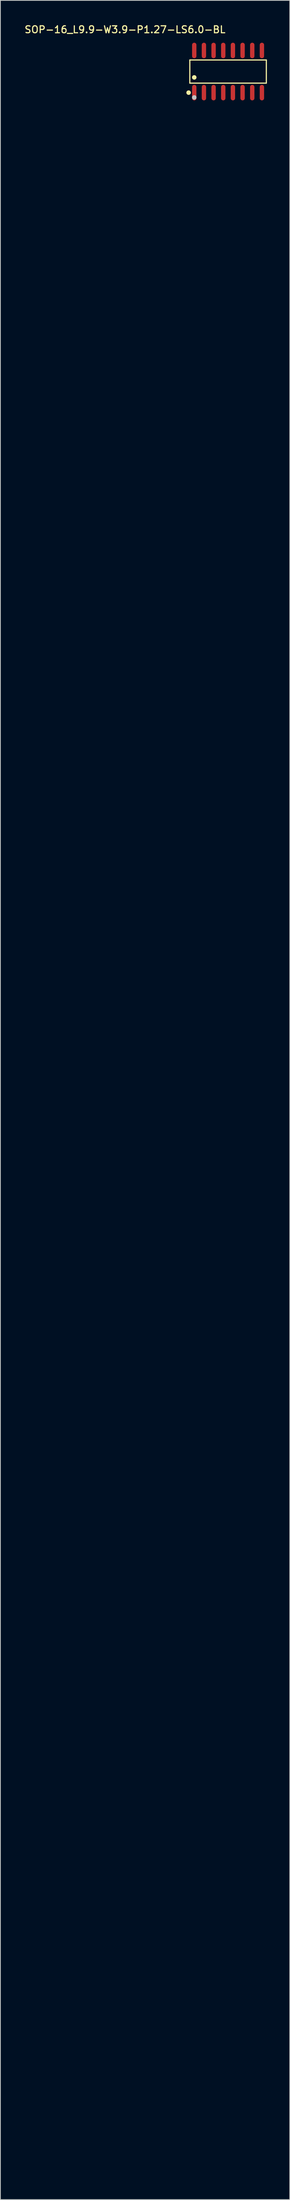
<source format=kicad_pcb>
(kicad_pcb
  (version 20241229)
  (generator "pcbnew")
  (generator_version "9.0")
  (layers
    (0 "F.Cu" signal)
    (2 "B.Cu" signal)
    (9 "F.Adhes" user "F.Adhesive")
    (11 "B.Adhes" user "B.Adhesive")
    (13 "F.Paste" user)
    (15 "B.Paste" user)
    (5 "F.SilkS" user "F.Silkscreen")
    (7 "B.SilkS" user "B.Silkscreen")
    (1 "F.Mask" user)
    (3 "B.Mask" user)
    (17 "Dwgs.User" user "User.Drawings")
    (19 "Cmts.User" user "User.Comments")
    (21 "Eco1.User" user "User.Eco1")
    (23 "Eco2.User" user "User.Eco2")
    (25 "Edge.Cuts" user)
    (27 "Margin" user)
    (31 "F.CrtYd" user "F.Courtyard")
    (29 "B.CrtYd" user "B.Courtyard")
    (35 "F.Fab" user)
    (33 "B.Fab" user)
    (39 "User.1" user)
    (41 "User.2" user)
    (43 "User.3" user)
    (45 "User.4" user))
  (footprint "SOP-16_L9.9-W3.9-P1.27-LS6.0-BL"
    (layer "F.Cu")
    (at 26.915 6.35)
    (property "Reference" "SOP-16_L9.9-W3.9-P1.27-LS6.0-BL" (at -0.254 -4.978 0) (layer "F.SilkS") (effects (font (size 0.914 0.914) (thickness 0.152)) (justify right bottom)))
    (fp_line (start -5.026 -1.521) (end 5.026 -1.521) (stroke (width 0.152) (type default)) (layer "F.SilkS"))
    (fp_line (start -5.026 1.521) (end -5.026 -1.521) (stroke (width 0.152) (type default)) (layer "F.SilkS"))
    (fp_line (start 5.026 -1.521) (end 5.026 1.521) (stroke (width 0.152) (type default)) (layer "F.SilkS"))
    (fp_line (start 5.026 1.521) (end -5.026 1.521) (stroke (width 0.152) (type default)) (layer "F.SilkS"))
    (fp_circle (center -5.184 2.769) (end -5.034 2.769) (stroke (width 0.3) (type default)) (fill no) (layer "F.SilkS"))
    (fp_circle (center -4.445 0.769) (end -4.295 0.769) (stroke (width 0.3) (type default)) (fill no) (layer "F.SilkS"))
    (fp_circle (center -4.445 3.4) (end -4.295 3.4) (stroke (width 0.3) (type default)) (fill no) (layer "Dwgs.User"))
    (fp_circle (center -4.95 3) (end -4.92 3) (stroke (width 0.06) (type default)) (fill no) (layer "User.5"))
    (pad "1" smd oval (at -4.445 2.769 180) (size 0.574 2.038) (layers "F.Cu" "F.Mask" "F.Paste"))
    (pad "2" smd oval (at -3.175 2.769 180) (size 0.574 2.038) (layers "F.Cu" "F.Mask" "F.Paste"))
    (pad "3" smd oval (at -1.905 2.769 180) (size 0.574 2.038) (layers "F.Cu" "F.Mask" "F.Paste"))
    (pad "4" smd oval (at -0.635 2.769 180) (size 0.574 2.038) (layers "F.Cu" "F.Mask" "F.Paste"))
    (pad "5" smd oval (at 0.635 2.769 180) (size 0.574 2.038) (layers "F.Cu" "F.Mask" "F.Paste"))
    (pad "6" smd oval (at 1.905 2.769 180) (size 0.574 2.038) (layers "F.Cu" "F.Mask" "F.Paste"))
    (pad "7" smd oval (at 3.175 2.769 180) (size 0.574 2.038) (layers "F.Cu" "F.Mask" "F.Paste"))
    (pad "8" smd oval (at 4.445 2.769 180) (size 0.574 2.038) (layers "F.Cu" "F.Mask" "F.Paste"))
    (pad "9" smd oval (at 4.445 -2.769 180) (size 0.574 2.038) (layers "F.Cu" "F.Mask" "F.Paste"))
    (pad "10" smd oval (at 3.175 -2.769 180) (size 0.574 2.038) (layers "F.Cu" "F.Mask" "F.Paste"))
    (pad "11" smd oval (at 1.905 -2.769 180) (size 0.574 2.038) (layers "F.Cu" "F.Mask" "F.Paste"))
    (pad "12" smd oval (at 0.635 -2.769 180) (size 0.574 2.038) (layers "F.Cu" "F.Mask" "F.Paste"))
    (pad "13" smd oval (at -0.635 -2.769 180) (size 0.574 2.038) (layers "F.Cu" "F.Mask" "F.Paste"))
    (pad "14" smd oval (at -1.905 -2.769 180) (size 0.574 2.038) (layers "F.Cu" "F.Mask" "F.Paste"))
    (pad "15" smd oval (at -3.175 -2.769 180) (size 0.574 2.038) (layers "F.Cu" "F.Mask" "F.Paste"))
    (pad "16" smd oval (at -4.445 -2.769 180) (size 0.574 2.038) (layers "F.Cu" "F.Mask" "F.Paste"))
    (zone (net_name "") (layer "User.3") (hatch edge 0.5) (priority 100) (connect_pads yes) (min_thickness 0) (filled_areas_thickness no) (fill yes) (polygon (pts (xy 31.865 277.95) (xy 31.865 281.85) (xy 21.965 281.85) (xy 21.965 277.95))) (filled_polygon (layer "User.3") (island) (pts (xy 31.865 277.95) (xy 31.865 281.85) (xy 21.965 281.85) (xy 21.965 277.95))))
    (zone (net_name "") (layer "User.4") (hatch edge 0.5) (priority 100) (connect_pads yes) (min_thickness 0) (filled_areas_thickness no) (fill yes) (polygon (pts (xy 22.685 276.9) (xy 22.685 277.55) (xy 22.255 277.55) (xy 22.255 276.9))) (filled_polygon (layer "User.4") (island) (pts (xy 22.685 276.9) (xy 22.685 277.55) (xy 22.255 277.55) (xy 22.255 276.9))))
    (zone (net_name "") (layer "User.4") (hatch edge 0.5) (priority 100) (connect_pads) (min_thickness 0) (filled_areas_thickness no) (keepout (tracks allowed) (vias allowed) (pads allowed) (copperpour not_allowed) (footprints allowed)) (placement (enabled no)) (fill) (polygon (pts (xy 22.685 277.54) (xy 22.685 277.96) (xy 22.255 277.96) (xy 22.255 277.54))))
    (zone (net_name "") (layer "User.4") (hatch edge 0.5) (priority 100) (connect_pads) (min_thickness 0) (filled_areas_thickness no) (keepout (tracks allowed) (vias allowed) (pads allowed) (copperpour not_allowed) (footprints allowed)) (placement (enabled no)) (fill) (polygon (pts (xy 22.685 281.84) (xy 22.685 282.26) (xy 22.255 282.26) (xy 22.255 281.84))))
    (zone (net_name "") (layer "User.4") (hatch edge 0.5) (priority 100) (connect_pads yes) (min_thickness 0) (filled_areas_thickness no) (fill yes) (polygon (pts (xy 22.685 282.25) (xy 22.685 282.9) (xy 22.255 282.9) (xy 22.255 282.25))) (filled_polygon (layer "User.4") (island) (pts (xy 22.685 282.25) (xy 22.685 282.9) (xy 22.255 282.9) (xy 22.255 282.25))))
    (zone (net_name "") (layer "User.4") (hatch edge 0.5) (priority 100) (connect_pads yes) (min_thickness 0) (filled_areas_thickness no) (fill yes) (polygon (pts (xy 23.955 276.9) (xy 23.955 277.55) (xy 23.525 277.55) (xy 23.525 276.9))) (filled_polygon (layer "User.4") (island) (pts (xy 23.955 276.9) (xy 23.955 277.55) (xy 23.525 277.55) (xy 23.525 276.9))))
    (zone (net_name "") (layer "User.4") (hatch edge 0.5) (priority 100) (connect_pads) (min_thickness 0) (filled_areas_thickness no) (keepout (tracks allowed) (vias allowed) (pads allowed) (copperpour not_allowed) (footprints allowed)) (placement (enabled no)) (fill) (polygon (pts (xy 23.955 277.54) (xy 23.955 277.96) (xy 23.525 277.96) (xy 23.525 277.54))))
    (zone (net_name "") (layer "User.4") (hatch edge 0.5) (priority 100) (connect_pads) (min_thickness 0) (filled_areas_thickness no) (keepout (tracks allowed) (vias allowed) (pads allowed) (copperpour not_allowed) (footprints allowed)) (placement (enabled no)) (fill) (polygon (pts (xy 23.955 281.84) (xy 23.955 282.26) (xy 23.525 282.26) (xy 23.525 281.84))))
    (zone (net_name "") (layer "User.4") (hatch edge 0.5) (priority 100) (connect_pads yes) (min_thickness 0) (filled_areas_thickness no) (fill yes) (polygon (pts (xy 23.955 282.25) (xy 23.955 282.9) (xy 23.525 282.9) (xy 23.525 282.25))) (filled_polygon (layer "User.4") (island) (pts (xy 23.955 282.25) (xy 23.955 282.9) (xy 23.525 282.9) (xy 23.525 282.25))))
    (zone (net_name "") (layer "User.4") (hatch edge 0.5) (priority 100) (connect_pads yes) (min_thickness 0) (filled_areas_thickness no) (fill yes) (polygon (pts (xy 25.225 276.9) (xy 25.225 277.55) (xy 24.795 277.55) (xy 24.795 276.9))) (filled_polygon (layer "User.4") (island) (pts (xy 25.225 276.9) (xy 25.225 277.55) (xy 24.795 277.55) (xy 24.795 276.9))))
    (zone (net_name "") (layer "User.4") (hatch edge 0.5) (priority 100) (connect_pads) (min_thickness 0) (filled_areas_thickness no) (keepout (tracks allowed) (vias allowed) (pads allowed) (copperpour not_allowed) (footprints allowed)) (placement (enabled no)) (fill) (polygon (pts (xy 25.225 277.54) (xy 25.225 277.96) (xy 24.795 277.96) (xy 24.795 277.54))))
    (zone (net_name "") (layer "User.4") (hatch edge 0.5) (priority 100) (connect_pads) (min_thickness 0) (filled_areas_thickness no) (keepout (tracks allowed) (vias allowed) (pads allowed) (copperpour not_allowed) (footprints allowed)) (placement (enabled no)) (fill) (polygon (pts (xy 25.225 281.84) (xy 25.225 282.26) (xy 24.795 282.26) (xy 24.795 281.84))))
    (zone (net_name "") (layer "User.4") (hatch edge 0.5) (priority 100) (connect_pads yes) (min_thickness 0) (filled_areas_thickness no) (fill yes) (polygon (pts (xy 25.225 282.25) (xy 25.225 282.9) (xy 24.795 282.9) (xy 24.795 282.25))) (filled_polygon (layer "User.4") (island) (pts (xy 25.225 282.25) (xy 25.225 282.9) (xy 24.795 282.9) (xy 24.795 282.25))))
    (zone (net_name "") (layer "User.4") (hatch edge 0.5) (priority 100) (connect_pads yes) (min_thickness 0) (filled_areas_thickness no) (fill yes) (polygon (pts (xy 26.495 276.9) (xy 26.495 277.55) (xy 26.065 277.55) (xy 26.065 276.9))) (filled_polygon (layer "User.4") (island) (pts (xy 26.495 276.9) (xy 26.495 277.55) (xy 26.065 277.55) (xy 26.065 276.9))))
    (zone (net_name "") (layer "User.4") (hatch edge 0.5) (priority 100) (connect_pads) (min_thickness 0) (filled_areas_thickness no) (keepout (tracks allowed) (vias allowed) (pads allowed) (copperpour not_allowed) (footprints allowed)) (placement (enabled no)) (fill) (polygon (pts (xy 26.495 277.54) (xy 26.495 277.96) (xy 26.065 277.96) (xy 26.065 277.54))))
    (zone (net_name "") (layer "User.4") (hatch edge 0.5) (priority 100) (connect_pads) (min_thickness 0) (filled_areas_thickness no) (keepout (tracks allowed) (vias allowed) (pads allowed) (copperpour not_allowed) (footprints allowed)) (placement (enabled no)) (fill) (polygon (pts (xy 26.495 281.84) (xy 26.495 282.26) (xy 26.065 282.26) (xy 26.065 281.84))))
    (zone (net_name "") (layer "User.4") (hatch edge 0.5) (priority 100) (connect_pads yes) (min_thickness 0) (filled_areas_thickness no) (fill yes) (polygon (pts (xy 26.495 282.25) (xy 26.495 282.9) (xy 26.065 282.9) (xy 26.065 282.25))) (filled_polygon (layer "User.4") (island) (pts (xy 26.495 282.25) (xy 26.495 282.9) (xy 26.065 282.9) (xy 26.065 282.25))))
    (zone (net_name "") (layer "User.4") (hatch edge 0.5) (priority 100) (connect_pads yes) (min_thickness 0) (filled_areas_thickness no) (fill yes) (polygon (pts (xy 27.765 276.9) (xy 27.765 277.55) (xy 27.335 277.55) (xy 27.335 276.9))) (filled_polygon (layer "User.4") (island) (pts (xy 27.765 276.9) (xy 27.765 277.55) (xy 27.335 277.55) (xy 27.335 276.9))))
    (zone (net_name "") (layer "User.4") (hatch edge 0.5) (priority 100) (connect_pads) (min_thickness 0) (filled_areas_thickness no) (keepout (tracks allowed) (vias allowed) (pads allowed) (copperpour not_allowed) (footprints allowed)) (placement (enabled no)) (fill) (polygon (pts (xy 27.765 277.54) (xy 27.765 277.96) (xy 27.335 277.96) (xy 27.335 277.54))))
    (zone (net_name "") (layer "User.4") (hatch edge 0.5) (priority 100) (connect_pads) (min_thickness 0) (filled_areas_thickness no) (keepout (tracks allowed) (vias allowed) (pads allowed) (copperpour not_allowed) (footprints allowed)) (placement (enabled no)) (fill) (polygon (pts (xy 27.765 281.84) (xy 27.765 282.26) (xy 27.335 282.26) (xy 27.335 281.84))))
    (zone (net_name "") (layer "User.4") (hatch edge 0.5) (priority 100) (connect_pads yes) (min_thickness 0) (filled_areas_thickness no) (fill yes) (polygon (pts (xy 27.765 282.25) (xy 27.765 282.9) (xy 27.335 282.9) (xy 27.335 282.25))) (filled_polygon (layer "User.4") (island) (pts (xy 27.765 282.25) (xy 27.765 282.9) (xy 27.335 282.9) (xy 27.335 282.25))))
    (zone (net_name "") (layer "User.4") (hatch edge 0.5) (priority 100) (connect_pads yes) (min_thickness 0) (filled_areas_thickness no) (fill yes) (polygon (pts (xy 29.035 276.9) (xy 29.035 277.55) (xy 28.605 277.55) (xy 28.605 276.9))) (filled_polygon (layer "User.4") (island) (pts (xy 29.035 276.9) (xy 29.035 277.55) (xy 28.605 277.55) (xy 28.605 276.9))))
    (zone (net_name "") (layer "User.4") (hatch edge 0.5) (priority 100) (connect_pads) (min_thickness 0) (filled_areas_thickness no) (keepout (tracks allowed) (vias allowed) (pads allowed) (copperpour not_allowed) (footprints allowed)) (placement (enabled no)) (fill) (polygon (pts (xy 29.035 277.54) (xy 29.035 277.96) (xy 28.605 277.96) (xy 28.605 277.54))))
    (zone (net_name "") (layer "User.4") (hatch edge 0.5) (priority 100) (connect_pads) (min_thickness 0) (filled_areas_thickness no) (keepout (tracks allowed) (vias allowed) (pads allowed) (copperpour not_allowed) (footprints allowed)) (placement (enabled no)) (fill) (polygon (pts (xy 29.035 281.84) (xy 29.035 282.26) (xy 28.605 282.26) (xy 28.605 281.84))))
    (zone (net_name "") (layer "User.4") (hatch edge 0.5) (priority 100) (connect_pads yes) (min_thickness 0) (filled_areas_thickness no) (fill yes) (polygon (pts (xy 29.035 282.25) (xy 29.035 282.9) (xy 28.605 282.9) (xy 28.605 282.25))) (filled_polygon (layer "User.4") (island) (pts (xy 29.035 282.25) (xy 29.035 282.9) (xy 28.605 282.9) (xy 28.605 282.25))))
    (zone (net_name "") (layer "User.4") (hatch edge 0.5) (priority 100) (connect_pads yes) (min_thickness 0) (filled_areas_thickness no) (fill yes) (polygon (pts (xy 30.305 276.9) (xy 30.305 277.55) (xy 29.875 277.55) (xy 29.875 276.9))) (filled_polygon (layer "User.4") (island) (pts (xy 30.305 276.9) (xy 30.305 277.55) (xy 29.875 277.55) (xy 29.875 276.9))))
    (zone (net_name "") (layer "User.4") (hatch edge 0.5) (priority 100) (connect_pads) (min_thickness 0) (filled_areas_thickness no) (keepout (tracks allowed) (vias allowed) (pads allowed) (copperpour not_allowed) (footprints allowed)) (placement (enabled no)) (fill) (polygon (pts (xy 30.305 277.54) (xy 30.305 277.96) (xy 29.875 277.96) (xy 29.875 277.54))))
    (zone (net_name "") (layer "User.4") (hatch edge 0.5) (priority 100) (connect_pads) (min_thickness 0) (filled_areas_thickness no) (keepout (tracks allowed) (vias allowed) (pads allowed) (copperpour not_allowed) (footprints allowed)) (placement (enabled no)) (fill) (polygon (pts (xy 30.305 281.84) (xy 30.305 282.26) (xy 29.875 282.26) (xy 29.875 281.84))))
    (zone (net_name "") (layer "User.4") (hatch edge 0.5) (priority 100) (connect_pads yes) (min_thickness 0) (filled_areas_thickness no) (fill yes) (polygon (pts (xy 30.305 282.25) (xy 30.305 282.9) (xy 29.875 282.9) (xy 29.875 282.25))) (filled_polygon (layer "User.4") (island) (pts (xy 30.305 282.25) (xy 30.305 282.9) (xy 29.875 282.9) (xy 29.875 282.25))))
    (zone (net_name "") (layer "User.4") (hatch edge 0.5) (priority 100) (connect_pads yes) (min_thickness 0) (filled_areas_thickness no) (fill yes) (polygon (pts (xy 31.575 276.9) (xy 31.575 277.55) (xy 31.145 277.55) (xy 31.145 276.9))) (filled_polygon (layer "User.4") (island) (pts (xy 31.575 276.9) (xy 31.575 277.55) (xy 31.145 277.55) (xy 31.145 276.9))))
    (zone (net_name "") (layer "User.4") (hatch edge 0.5) (priority 100) (connect_pads) (min_thickness 0) (filled_areas_thickness no) (keepout (tracks allowed) (vias allowed) (pads allowed) (copperpour not_allowed) (footprints allowed)) (placement (enabled no)) (fill) (polygon (pts (xy 31.575 277.54) (xy 31.575 277.96) (xy 31.145 277.96) (xy 31.145 277.54))))
    (zone (net_name "") (layer "User.4") (hatch edge 0.5) (priority 100) (connect_pads) (min_thickness 0) (filled_areas_thickness no) (keepout (tracks allowed) (vias allowed) (pads allowed) (copperpour not_allowed) (footprints allowed)) (placement (enabled no)) (fill) (polygon (pts (xy 31.575 281.84) (xy 31.575 282.26) (xy 31.145 282.26) (xy 31.145 281.84))))
    (zone (net_name "") (layer "User.4") (hatch edge 0.5) (priority 100) (connect_pads yes) (min_thickness 0) (filled_areas_thickness no) (fill yes) (polygon (pts (xy 31.575 282.25) (xy 31.575 282.9) (xy 31.145 282.9) (xy 31.145 282.25))) (filled_polygon (layer "User.4") (island) (pts (xy 31.575 282.25) (xy 31.575 282.9) (xy 31.145 282.9) (xy 31.145 282.25)))))
  (gr_rect
    (start -3 -3)
    (end 35.018 285.9)
    (stroke (width 0.1) (type default))
    (fill no)
    (layer "Edge.Cuts")))
</source>
